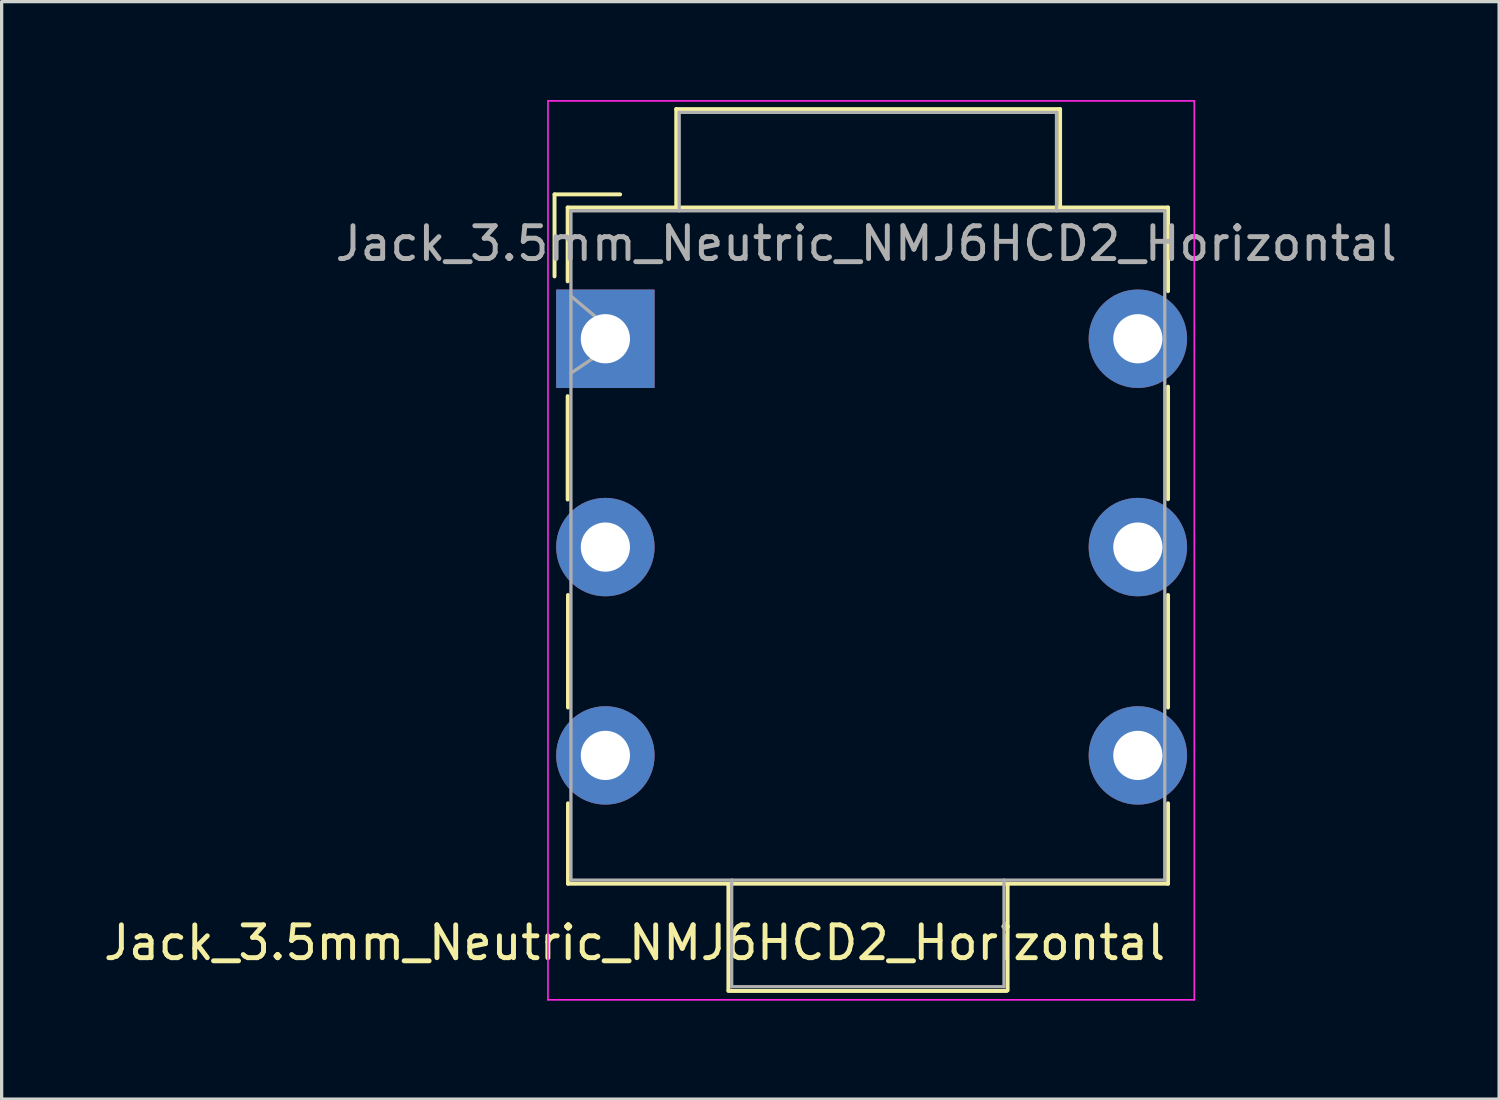
<source format=kicad_pcb>
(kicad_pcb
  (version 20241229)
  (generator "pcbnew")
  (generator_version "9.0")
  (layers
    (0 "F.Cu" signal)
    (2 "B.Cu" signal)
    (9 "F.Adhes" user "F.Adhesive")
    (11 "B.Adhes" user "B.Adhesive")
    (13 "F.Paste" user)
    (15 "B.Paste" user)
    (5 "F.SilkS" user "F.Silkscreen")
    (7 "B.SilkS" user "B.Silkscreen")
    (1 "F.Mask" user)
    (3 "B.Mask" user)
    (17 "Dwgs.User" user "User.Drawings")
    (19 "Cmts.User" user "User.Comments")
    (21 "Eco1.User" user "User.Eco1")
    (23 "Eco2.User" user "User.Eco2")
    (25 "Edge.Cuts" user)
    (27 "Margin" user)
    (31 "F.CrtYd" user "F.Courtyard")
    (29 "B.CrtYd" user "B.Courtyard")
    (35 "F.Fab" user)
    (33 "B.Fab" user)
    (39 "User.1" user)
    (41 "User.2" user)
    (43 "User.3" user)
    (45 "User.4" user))
  (footprint "Jack_3.5mm_Neutric_NMJ6HCD2_Horizontal"
    (layer "F.Cu")
    (at 15.402 7.275)
    (property "Reference" "Jack_3.5mm_Neutric_NMJ6HCD2_Horizontal" (at 0.89 18.41 0) (layer "F.SilkS") (effects (font (size 1 1) (thickness 0.15))))
    (attr through_hole)
    (fp_line (start -1.55 -4.4) (end -1.55 -1.9) (stroke (width 0.12) (type solid)) (layer "F.SilkS"))
    (fp_line (start -1.15 -4) (end 17.15 -4) (stroke (width 0.12) (type solid)) (layer "F.SilkS"))
    (fp_line (start -1.15 -1.75) (end -1.15 -4) (stroke (width 0.12) (type solid)) (layer "F.SilkS"))
    (fp_line (start -1.15 4.9) (end -1.15 1.75) (stroke (width 0.12) (type solid)) (layer "F.SilkS"))
    (fp_line (start -1.14 11.24) (end -1.14 7.81) (stroke (width 0.12) (type solid)) (layer "F.SilkS"))
    (fp_line (start -1.14 16.61) (end -1.14 14.16) (stroke (width 0.12) (type solid)) (layer "F.SilkS"))
    (fp_line (start -1.14 16.61) (end 17.15 16.61) (stroke (width 0.12) (type solid)) (layer "F.SilkS"))
    (fp_line (start 0.45 -4.4) (end -1.55 -4.4) (stroke (width 0.12) (type solid)) (layer "F.SilkS"))
    (fp_line (start 2.16 -7) (end 2.16 -4) (stroke (width 0.12) (type solid)) (layer "F.SilkS"))
    (fp_line (start 2.16 -7) (end 13.86 -7) (stroke (width 0.12) (type solid)) (layer "F.SilkS"))
    (fp_line (start 3.75 16.64) (end 3.75 19.86) (stroke (width 0.12) (type solid)) (layer "F.SilkS"))
    (fp_line (start 3.75 19.88) (end 12.23 19.88) (stroke (width 0.12) (type solid)) (layer "F.SilkS"))
    (fp_line (start 12.26 16.64) (end 12.26 19.86) (stroke (width 0.12) (type solid)) (layer "F.SilkS"))
    (fp_line (start 13.86 -7) (end 13.86 -4) (stroke (width 0.12) (type solid)) (layer "F.SilkS"))
    (fp_line (start 17.15 -4) (end 17.15 -1.45) (stroke (width 0.12) (type solid)) (layer "F.SilkS"))
    (fp_line (start 17.15 1.46) (end 17.15 4.89) (stroke (width 0.12) (type solid)) (layer "F.SilkS"))
    (fp_line (start 17.15 7.81) (end 17.15 11.24) (stroke (width 0.12) (type solid)) (layer "F.SilkS"))
    (fp_line (start 17.15 16.61) (end 17.15 14.16) (stroke (width 0.12) (type solid)) (layer "F.SilkS"))
    (fp_line (start -1.75 -7.25) (end -1.75 20.15) (stroke (width 0.05) (type solid)) (layer "F.CrtYd"))
    (fp_line (start -1.75 -7.25) (end 17.95 -7.25) (stroke (width 0.05) (type solid)) (layer "F.CrtYd"))
    (fp_line (start -1.75 20.15) (end 17.95 20.15) (stroke (width 0.05) (type solid)) (layer "F.CrtYd"))
    (fp_line (start 17.95 20.15) (end 17.95 -7.25) (stroke (width 0.05) (type solid)) (layer "F.CrtYd"))
    (fp_line (start -1.05 -3.9) (end 17.05 -3.9) (stroke (width 0.1) (type solid)) (layer "F.Fab"))
    (fp_line (start -1.05 -1.3) (end 0.5 0) (stroke (width 0.1) (type solid)) (layer "F.Fab"))
    (fp_line (start -1.05 16.5) (end -1.05 -3.9) (stroke (width 0.1) (type solid)) (layer "F.Fab"))
    (fp_line (start 0.5 0) (end -1.05 1.05) (stroke (width 0.1) (type solid)) (layer "F.Fab"))
    (fp_line (start 2.25 -6.9) (end 13.75 -6.9) (stroke (width 0.1) (type solid)) (layer "F.Fab"))
    (fp_line (start 2.25 -3.9) (end 2.25 -6.9) (stroke (width 0.1) (type solid)) (layer "F.Fab"))
    (fp_line (start 3.85 16.5) (end 3.85 19.75) (stroke (width 0.1) (type solid)) (layer "F.Fab"))
    (fp_line (start 3.85 19.75) (end 12.15 19.75) (stroke (width 0.1) (type solid)) (layer "F.Fab"))
    (fp_line (start 12.15 19.75) (end 12.15 16.5) (stroke (width 0.1) (type solid)) (layer "F.Fab"))
    (fp_line (start 13.75 -6.9) (end 13.75 -3.9) (stroke (width 0.1) (type solid)) (layer "F.Fab"))
    (fp_line (start 17.05 -3.9) (end 17.05 16.5) (stroke (width 0.1) (type solid)) (layer "F.Fab"))
    (fp_line (start 17.05 16.5) (end -1.05 16.5) (stroke (width 0.1) (type solid)) (layer "F.Fab"))
    (fp_text user "${REFERENCE}" (at 7.95 -2.9 0) (layer "F.Fab") (effects (font (size 1 1) (thickness 0.15))))
    (pad "1" thru_hole rect (at 0 0) (size 3 3) (drill 1.5) (layers "*.Cu" "*.Mask"))
    (pad "2" thru_hole circle (at 0 12.7) (size 3 3) (drill 1.5) (layers "*.Cu" "*.Mask"))
    (pad "3" thru_hole circle (at 0 6.35) (size 3 3) (drill 1.5) (layers "*.Cu" "*.Mask"))
    (pad "4" thru_hole circle (at 16.23 0) (size 3 3) (drill 1.5) (layers "*.Cu" "*.Mask"))
    (pad "5" thru_hole circle (at 16.23 12.7) (size 3 3) (drill 1.5) (layers "*.Cu" "*.Mask"))
    (pad "6" thru_hole circle (at 16.23 6.35) (size 3 3) (drill 1.5) (layers "*.Cu" "*.Mask")))
  (gr_rect
    (start -3 -3)
    (end 42.643 30.45)
    (stroke (width 0.1) (type default))
    (fill no)
    (layer "Edge.Cuts")))
</source>
